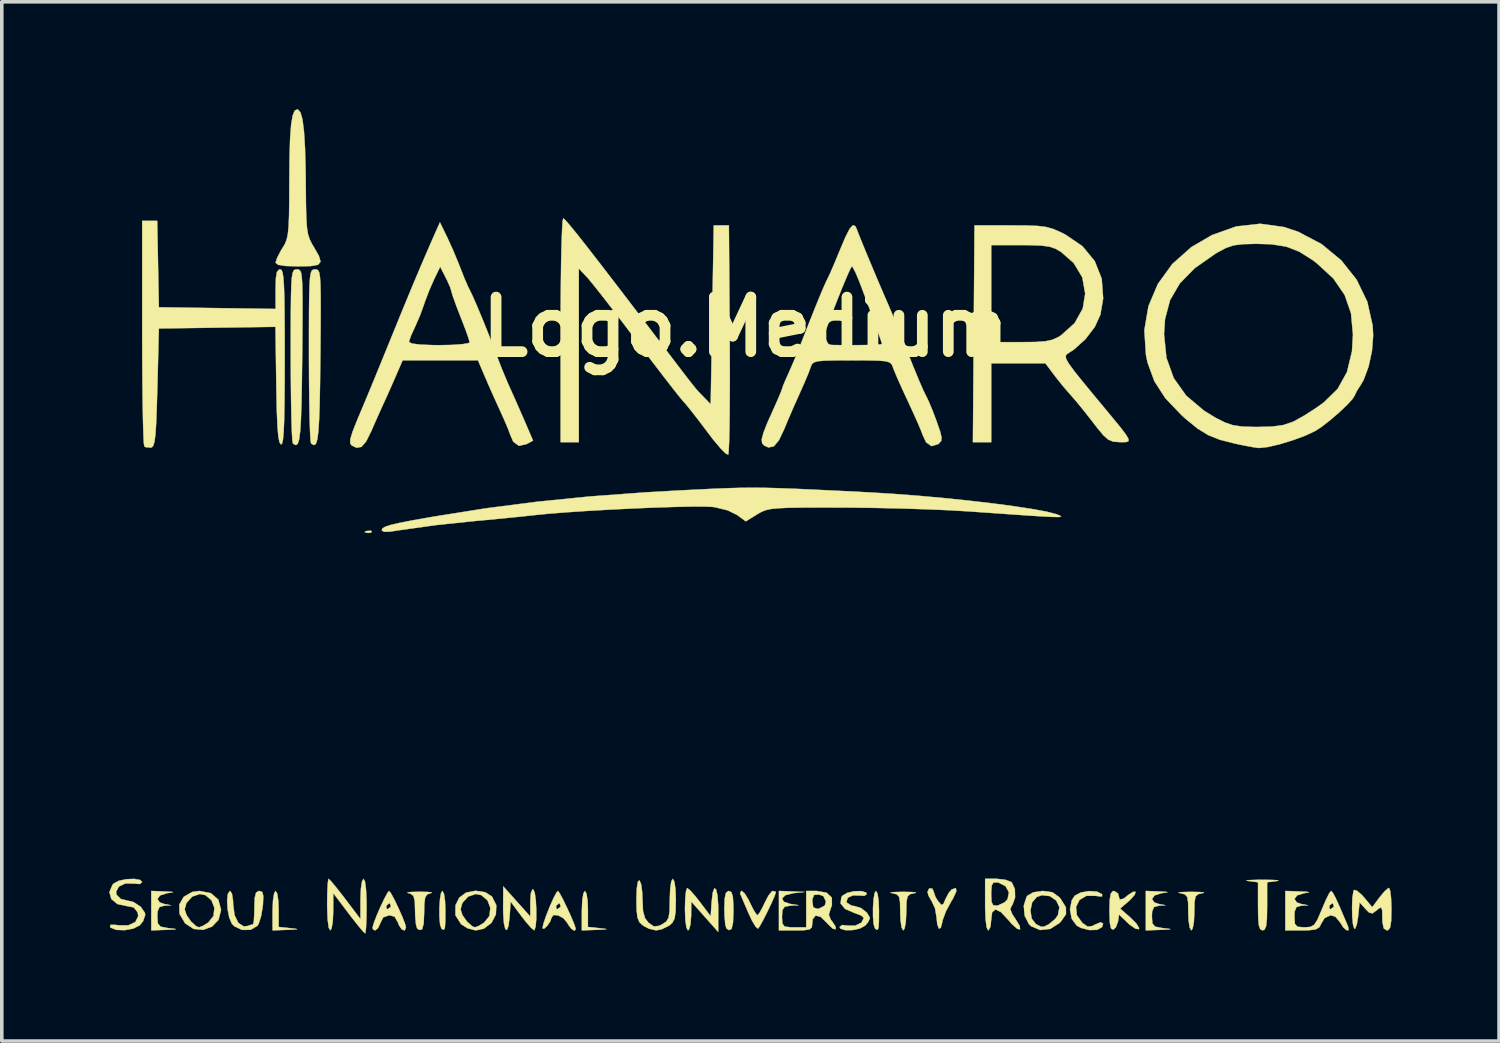
<source format=kicad_pcb>
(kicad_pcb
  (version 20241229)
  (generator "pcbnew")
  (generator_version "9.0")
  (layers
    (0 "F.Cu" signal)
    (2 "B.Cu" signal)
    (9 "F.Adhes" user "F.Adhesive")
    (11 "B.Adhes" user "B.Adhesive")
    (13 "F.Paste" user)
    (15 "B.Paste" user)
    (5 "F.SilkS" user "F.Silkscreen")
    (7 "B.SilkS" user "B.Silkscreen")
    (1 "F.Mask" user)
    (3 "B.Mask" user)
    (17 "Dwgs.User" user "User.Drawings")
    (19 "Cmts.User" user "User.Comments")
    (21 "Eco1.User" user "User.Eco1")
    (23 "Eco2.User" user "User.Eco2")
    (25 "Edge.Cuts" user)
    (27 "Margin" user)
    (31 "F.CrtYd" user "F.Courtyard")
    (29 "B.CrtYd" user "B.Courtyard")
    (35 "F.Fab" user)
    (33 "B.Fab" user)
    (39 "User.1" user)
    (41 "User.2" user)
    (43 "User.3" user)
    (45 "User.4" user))
  (footprint "Logo.Medium"
    (layer "F.Cu")
    (at 17.769 6.08)
    (property "Reference" "Logo.Medium" (at 0 0 0) (layer "F.SilkS") (effects (font (size 1.524 1.524) (thickness 0.3))))
    (attr through_hole)
    (fp_poly (pts (xy -10.437 5.706) (xy -10.462 5.745) (xy -10.548 5.751) (xy -10.638 5.73) (xy -10.599 5.699) (xy -10.467 5.689) (xy -10.437 5.706)) (stroke (width 0.01) (type solid)) (fill yes) (layer "F.SilkS"))
    (fp_poly (pts (xy -13.078 15.825) (xy -13.048 16.026) (xy -13.039 16.251) (xy -13.039 16.754) (xy -12.721 16.787) (xy -12.549 16.807) (xy -12.524 16.819) (xy -12.655 16.829) (xy -12.806 16.834) (xy -13.208 16.849) (xy -13.208 16.298) (xy -13.196 16.011) (xy -13.164 15.814) (xy -13.123 15.748) (xy -13.078 15.825)) (stroke (width 0.01) (type solid)) (fill yes) (layer "F.SilkS"))
    (fp_poly (pts (xy -8.422 15.826) (xy -8.392 16.032) (xy -8.382 16.298) (xy -8.385 16.609) (xy -8.397 16.779) (xy -8.426 16.836) (xy -8.477 16.809) (xy -8.495 16.792) (xy -8.532 16.678) (xy -8.549 16.467) (xy -8.549 16.213) (xy -8.533 15.972) (xy -8.502 15.8) (xy -8.467 15.748) (xy -8.422 15.826)) (stroke (width 0.01) (type solid)) (fill yes) (layer "F.SilkS"))
    (fp_poly (pts (xy -4.442 15.825) (xy -4.412 16.026) (xy -4.403 16.251) (xy -4.403 16.754) (xy -4.085 16.787) (xy -3.913 16.807) (xy -3.888 16.819) (xy -4.019 16.829) (xy -4.17 16.834) (xy -4.572 16.849) (xy -4.572 16.298) (xy -4.56 16.011) (xy -4.528 15.814) (xy -4.487 15.748) (xy -4.442 15.825)) (stroke (width 0.01) (type solid)) (fill yes) (layer "F.SilkS"))
    (fp_poly (pts (xy 3.685 15.826) (xy 3.715 16.032) (xy 3.725 16.298) (xy 3.723 16.609) (xy 3.71 16.779) (xy 3.682 16.836) (xy 3.63 16.809) (xy 3.612 16.792) (xy 3.576 16.678) (xy 3.558 16.467) (xy 3.558 16.213) (xy 3.575 15.972) (xy 3.605 15.8) (xy 3.641 15.748) (xy 3.685 15.826)) (stroke (width 0.01) (type solid)) (fill yes) (layer "F.SilkS"))
    (fp_poly (pts (xy -0.394 15.785) (xy -0.355 15.916) (xy -0.34 16.173) (xy -0.339 16.298) (xy -0.351 16.632) (xy -0.392 16.809) (xy -0.466 16.843) (xy -0.536 16.792) (xy -0.567 16.683) (xy -0.587 16.459) (xy -0.593 16.242) (xy -0.582 15.952) (xy -0.546 15.798) (xy -0.476 15.748) (xy -0.466 15.748) (xy -0.394 15.785)) (stroke (width 0.01) (type solid)) (fill yes) (layer "F.SilkS"))
    (fp_poly (pts (xy 14.709 15.44) (xy 14.864 15.45) (xy 14.879 15.464) (xy 14.838 15.471) (xy 14.563 15.505) (xy 14.563 16.177) (xy 14.557 16.523) (xy 14.535 16.73) (xy 14.491 16.828) (xy 14.436 16.849) (xy 14.37 16.817) (xy 14.331 16.7) (xy 14.313 16.47) (xy 14.309 16.177) (xy 14.309 15.505) (xy 14.034 15.471) (xy 13.982 15.455) (xy 14.08 15.444) (xy 14.304 15.437) (xy 14.436 15.436) (xy 14.709 15.44)) (stroke (width 0.01) (type solid)) (fill yes) (layer "F.SilkS"))
    (fp_poly (pts (xy -8.87 15.776) (xy -8.757 15.79) (xy -8.784 15.808) (xy -8.891 15.845) (xy -8.948 15.934) (xy -8.971 16.115) (xy -8.975 16.347) (xy -8.989 16.663) (xy -9.035 16.823) (xy -9.117 16.836) (xy -9.172 16.792) (xy -9.204 16.682) (xy -9.225 16.46) (xy -9.229 16.29) (xy -9.237 16.026) (xy -9.274 15.886) (xy -9.358 15.823) (xy -9.419 15.808) (xy -9.445 15.789) (xy -9.327 15.776) (xy -9.102 15.771) (xy -8.87 15.776)) (stroke (width 0.01) (type solid)) (fill yes) (layer "F.SilkS"))
    (fp_poly (pts (xy -16.235 15.762) (xy -16.031 15.772) (xy -15.988 15.784) (xy -16.097 15.803) (xy -16.15 15.809) (xy -16.349 15.872) (xy -16.423 15.972) (xy -16.359 16.068) (xy -16.235 16.112) (xy -16.044 16.148) (xy -16.235 16.16) (xy -16.366 16.197) (xy -16.419 16.321) (xy -16.425 16.463) (xy -16.411 16.655) (xy -16.336 16.745) (xy -16.149 16.782) (xy -16.108 16.787) (xy -15.935 16.807) (xy -15.91 16.819) (xy -16.042 16.829) (xy -16.192 16.834) (xy -16.595 16.849) (xy -16.595 15.748) (xy -16.235 15.762)) (stroke (width 0.01) (type solid)) (fill yes) (layer "F.SilkS"))
    (fp_poly (pts (xy -6.011 16.463) (xy -6.011 16.058) (xy -5.996 15.814) (xy -5.953 15.705) (xy -5.927 15.706) (xy -5.886 15.805) (xy -5.858 16.01) (xy -5.844 16.269) (xy -5.845 16.529) (xy -5.862 16.737) (xy -5.895 16.842) (xy -5.905 16.845) (xy -5.986 16.781) (xy -6.13 16.617) (xy -6.265 16.443) (xy -6.562 16.044) (xy -6.587 16.447) (xy -6.62 16.72) (xy -6.664 16.838) (xy -6.71 16.81) (xy -6.748 16.649) (xy -6.768 16.366) (xy -6.77 16.235) (xy -6.766 15.621) (xy -6.011 16.463)) (stroke (width 0.01) (type solid)) (fill yes) (layer "F.SilkS"))
    (fp_poly (pts (xy 4.642 15.778) (xy 4.759 15.79) (xy 4.732 15.807) (xy 4.72 15.809) (xy 4.59 15.839) (xy 4.521 15.907) (xy 4.493 16.056) (xy 4.487 16.329) (xy 4.487 16.346) (xy 4.474 16.615) (xy 4.441 16.796) (xy 4.403 16.849) (xy 4.357 16.772) (xy 4.327 16.571) (xy 4.318 16.346) (xy 4.313 16.066) (xy 4.287 15.912) (xy 4.219 15.841) (xy 4.093 15.81) (xy 4.085 15.809) (xy 4.042 15.791) (xy 4.146 15.779) (xy 4.374 15.773) (xy 4.403 15.773) (xy 4.642 15.778)) (stroke (width 0.01) (type solid)) (fill yes) (layer "F.SilkS"))
    (fp_poly (pts (xy 11.536 15.762) (xy 11.739 15.772) (xy 11.782 15.784) (xy 11.673 15.803) (xy 11.62 15.809) (xy 11.421 15.872) (xy 11.348 15.972) (xy 11.412 16.068) (xy 11.536 16.112) (xy 11.726 16.148) (xy 11.536 16.16) (xy 11.404 16.197) (xy 11.352 16.321) (xy 11.345 16.463) (xy 11.359 16.655) (xy 11.435 16.745) (xy 11.621 16.782) (xy 11.663 16.787) (xy 11.835 16.807) (xy 11.86 16.819) (xy 11.729 16.829) (xy 11.578 16.834) (xy 11.176 16.849) (xy 11.176 15.748) (xy 11.536 15.762)) (stroke (width 0.01) (type solid)) (fill yes) (layer "F.SilkS"))
    (fp_poly (pts (xy 12.685 15.778) (xy 12.802 15.79) (xy 12.775 15.807) (xy 12.764 15.809) (xy 12.634 15.839) (xy 12.564 15.907) (xy 12.536 16.056) (xy 12.531 16.329) (xy 12.531 16.346) (xy 12.518 16.615) (xy 12.484 16.796) (xy 12.446 16.849) (xy 12.401 16.772) (xy 12.37 16.571) (xy 12.361 16.346) (xy 12.357 16.066) (xy 12.33 15.912) (xy 12.263 15.841) (xy 12.136 15.81) (xy 12.129 15.809) (xy 12.085 15.791) (xy 12.189 15.779) (xy 12.418 15.773) (xy 12.446 15.773) (xy 12.685 15.778)) (stroke (width 0.01) (type solid)) (fill yes) (layer "F.SilkS"))
    (fp_poly (pts (xy 5.885 15.754) (xy 5.798 15.948) (xy 5.728 16.066) (xy 5.591 16.323) (xy 5.502 16.566) (xy 5.489 16.633) (xy 5.45 16.778) (xy 5.397 16.8) (xy 5.352 16.677) (xy 5.331 16.475) (xy 5.289 16.23) (xy 5.204 16.049) (xy 5.106 15.877) (xy 5.08 15.774) (xy 5.129 15.675) (xy 5.217 15.684) (xy 5.252 15.769) (xy 5.302 15.916) (xy 5.376 16.036) (xy 5.469 16.14) (xy 5.526 16.108) (xy 5.58 15.98) (xy 5.675 15.798) (xy 5.758 15.705) (xy 5.872 15.669) (xy 5.885 15.754)) (stroke (width 0.01) (type solid)) (fill yes) (layer "F.SilkS"))
    (fp_poly (pts (xy -1.549 15.73) (xy -1.404 15.893) (xy -1.27 16.063) (xy -0.974 16.457) (xy -0.948 16.06) (xy -0.916 15.789) (xy -0.871 15.673) (xy -0.825 15.703) (xy -0.786 15.866) (xy -0.765 16.15) (xy -0.764 16.277) (xy -0.765 16.891) (xy -1.141 16.468) (xy -1.517 16.044) (xy -1.521 16.447) (xy -1.539 16.681) (xy -1.58 16.826) (xy -1.609 16.849) (xy -1.652 16.77) (xy -1.682 16.56) (xy -1.693 16.257) (xy -1.693 16.256) (xy -1.685 15.964) (xy -1.663 15.754) (xy -1.632 15.666) (xy -1.63 15.666) (xy -1.549 15.73)) (stroke (width 0.01) (type solid)) (fill yes) (layer "F.SilkS"))
    (fp_poly (pts (xy 9.813 15.767) (xy 9.952 15.839) (xy 9.956 15.845) (xy 9.951 15.905) (xy 9.807 15.89) (xy 9.79 15.885) (xy 9.519 15.883) (xy 9.324 15.999) (xy 9.227 16.193) (xy 9.249 16.423) (xy 9.403 16.641) (xy 9.554 16.745) (xy 9.688 16.726) (xy 9.75 16.691) (xy 9.911 16.623) (xy 9.984 16.658) (xy 9.952 16.758) (xy 9.818 16.834) (xy 9.599 16.84) (xy 9.363 16.779) (xy 9.248 16.717) (xy 9.106 16.526) (xy 9.058 16.265) (xy 9.108 16.008) (xy 9.192 15.881) (xy 9.361 15.791) (xy 9.592 15.752) (xy 9.813 15.767)) (stroke (width 0.01) (type solid)) (fill yes) (layer "F.SilkS"))
    (fp_poly (pts (xy 0.844 15.773) (xy 0.847 15.78) (xy 0.811 15.887) (xy 0.723 16.089) (xy 0.606 16.333) (xy 0.487 16.568) (xy 0.391 16.741) (xy 0.347 16.801) (xy 0.283 16.751) (xy 0.182 16.582) (xy 0.078 16.361) (xy -0.035 16.097) (xy -0.12 15.896) (xy -0.155 15.814) (xy -0.122 15.75) (xy -0.105 15.748) (xy -0.025 15.818) (xy 0.083 15.995) (xy 0.127 16.087) (xy 0.23 16.292) (xy 0.311 16.412) (xy 0.332 16.425) (xy 0.393 16.355) (xy 0.488 16.178) (xy 0.53 16.087) (xy 0.637 15.88) (xy 0.734 15.76) (xy 0.762 15.748) (xy 0.844 15.773)) (stroke (width 0.01) (type solid)) (fill yes) (layer "F.SilkS"))
    (fp_poly (pts (xy 10.399 15.816) (xy 10.414 15.875) (xy 10.447 15.988) (xy 10.556 15.963) (xy 10.683 15.861) (xy 10.818 15.773) (xy 10.89 15.772) (xy 10.866 15.854) (xy 10.744 15.992) (xy 10.7 16.032) (xy 10.458 16.24) (xy 10.752 16.497) (xy 10.913 16.66) (xy 10.988 16.783) (xy 10.983 16.816) (xy 10.889 16.803) (xy 10.732 16.695) (xy 10.674 16.643) (xy 10.428 16.407) (xy 10.4 16.6) (xy 10.337 16.766) (xy 10.266 16.828) (xy 10.205 16.797) (xy 10.172 16.642) (xy 10.16 16.341) (xy 10.16 16.305) (xy 10.168 15.994) (xy 10.198 15.821) (xy 10.256 15.753) (xy 10.287 15.748) (xy 10.399 15.816)) (stroke (width 0.01) (type solid)) (fill yes) (layer "F.SilkS"))
    (fp_poly (pts (xy -14.93 15.811) (xy -14.724 15.989) (xy -14.648 16.268) (xy -14.647 16.284) (xy -14.718 16.555) (xy -14.899 16.744) (xy -15.145 16.834) (xy -15.412 16.808) (xy -15.649 16.653) (xy -15.805 16.39) (xy -15.809 16.262) (xy -15.663 16.262) (xy -15.609 16.425) (xy -15.483 16.605) (xy -15.337 16.736) (xy -15.259 16.764) (xy -15.147 16.72) (xy -15.005 16.632) (xy -14.857 16.445) (xy -14.832 16.219) (xy -14.913 16.008) (xy -15.084 15.864) (xy -15.24 15.833) (xy -15.453 15.906) (xy -15.614 16.085) (xy -15.663 16.262) (xy -15.809 16.262) (xy -15.813 16.13) (xy -15.689 15.913) (xy -15.452 15.776) (xy -15.248 15.748) (xy -14.93 15.811)) (stroke (width 0.01) (type solid)) (fill yes) (layer "F.SilkS"))
    (fp_poly (pts (xy -7.27 15.784) (xy -7.083 15.903) (xy -6.961 16.145) (xy -6.973 16.406) (xy -7.098 16.641) (xy -7.312 16.802) (xy -7.535 16.849) (xy -7.762 16.791) (xy -7.943 16.676) (xy -8.102 16.428) (xy -8.101 16.262) (xy -7.959 16.262) (xy -7.905 16.425) (xy -7.778 16.605) (xy -7.632 16.736) (xy -7.554 16.764) (xy -7.442 16.72) (xy -7.3 16.632) (xy -7.152 16.445) (xy -7.127 16.219) (xy -7.208 16.008) (xy -7.38 15.864) (xy -7.535 15.833) (xy -7.749 15.906) (xy -7.91 16.085) (xy -7.959 16.262) (xy -8.101 16.262) (xy -8.1 16.148) (xy -7.996 15.936) (xy -7.805 15.794) (xy -7.54 15.743) (xy -7.27 15.784)) (stroke (width 0.01) (type solid)) (fill yes) (layer "F.SilkS"))
    (fp_poly (pts (xy -13.498 15.776) (xy -13.467 15.887) (xy -13.476 16.119) (xy -13.481 16.169) (xy -13.526 16.442) (xy -13.593 16.656) (xy -13.629 16.719) (xy -13.82 16.833) (xy -14.061 16.836) (xy -14.279 16.733) (xy -14.346 16.66) (xy -14.419 16.489) (xy -14.463 16.257) (xy -14.477 16.019) (xy -14.456 15.831) (xy -14.399 15.748) (xy -14.393 15.748) (xy -14.343 15.824) (xy -14.312 16.015) (xy -14.309 16.123) (xy -14.269 16.426) (xy -14.163 16.642) (xy -14.012 16.738) (xy -13.91 16.727) (xy -13.78 16.684) (xy -13.751 16.679) (xy -13.732 16.603) (xy -13.719 16.405) (xy -13.716 16.214) (xy -13.706 15.938) (xy -13.669 15.795) (xy -13.595 15.749) (xy -13.578 15.748) (xy -13.498 15.776)) (stroke (width 0.01) (type solid)) (fill yes) (layer "F.SilkS"))
    (fp_poly (pts (xy -10.627 15.489) (xy -10.598 15.711) (xy -10.584 16.045) (xy -10.583 16.171) (xy -10.587 16.507) (xy -10.598 16.767) (xy -10.614 16.914) (xy -10.623 16.933) (xy -10.688 16.871) (xy -10.829 16.703) (xy -11.017 16.464) (xy -11.088 16.37) (xy -11.515 15.807) (xy -11.515 16.328) (xy -11.527 16.604) (xy -11.56 16.791) (xy -11.599 16.849) (xy -11.641 16.769) (xy -11.67 16.55) (xy -11.683 16.222) (xy -11.684 16.129) (xy -11.68 15.804) (xy -11.668 15.555) (xy -11.652 15.422) (xy -11.645 15.409) (xy -11.579 15.472) (xy -11.439 15.639) (xy -11.25 15.879) (xy -11.179 15.972) (xy -10.753 16.535) (xy -10.753 15.972) (xy -10.741 15.68) (xy -10.71 15.479) (xy -10.668 15.409) (xy -10.627 15.489)) (stroke (width 0.01) (type solid)) (fill yes) (layer "F.SilkS"))
    (fp_poly (pts (xy -9.9 15.818) (xy -9.804 15.995) (xy -9.692 16.229) (xy -9.585 16.47) (xy -9.508 16.668) (xy -9.483 16.767) (xy -9.52 16.852) (xy -9.601 16.821) (xy -9.682 16.699) (xy -9.702 16.637) (xy -9.801 16.465) (xy -9.948 16.425) (xy -10.12 16.487) (xy -10.195 16.637) (xy -10.264 16.786) (xy -10.35 16.853) (xy -10.408 16.813) (xy -10.414 16.766) (xy -10.382 16.646) (xy -10.302 16.438) (xy -10.197 16.195) (xy -10.185 16.171) (xy -10.033 16.171) (xy -10.026 16.249) (xy -9.996 16.256) (xy -9.909 16.195) (xy -9.906 16.171) (xy -9.935 16.089) (xy -9.943 16.087) (xy -10.016 16.146) (xy -10.033 16.171) (xy -10.185 16.171) (xy -10.088 15.965) (xy -9.999 15.8) (xy -9.955 15.748) (xy -9.9 15.818)) (stroke (width 0.01) (type solid)) (fill yes) (layer "F.SilkS"))
    (fp_poly (pts (xy -1.988 15.488) (xy -1.958 15.697) (xy -1.947 15.997) (xy -1.954 16.319) (xy -1.983 16.517) (xy -2.046 16.639) (xy -2.136 16.717) (xy -2.343 16.818) (xy -2.498 16.849) (xy -2.7 16.801) (xy -2.86 16.717) (xy -2.961 16.625) (xy -3.018 16.495) (xy -3.043 16.283) (xy -3.048 15.992) (xy -3.037 15.668) (xy -3.006 15.485) (xy -2.963 15.452) (xy -2.917 15.559) (xy -2.887 15.781) (xy -2.879 15.994) (xy -2.864 16.308) (xy -2.809 16.508) (xy -2.709 16.638) (xy -2.561 16.739) (xy -2.418 16.723) (xy -2.328 16.679) (xy -2.215 16.604) (xy -2.152 16.499) (xy -2.123 16.32) (xy -2.117 16.021) (xy -2.117 15.988) (xy -2.105 15.689) (xy -2.075 15.484) (xy -2.032 15.409) (xy -1.988 15.488)) (stroke (width 0.01) (type solid)) (fill yes) (layer "F.SilkS"))
    (fp_poly (pts (xy 8.568 15.785) (xy 8.757 15.921) (xy 8.799 15.971) (xy 8.944 16.205) (xy 8.947 16.397) (xy 8.806 16.6) (xy 8.767 16.641) (xy 8.506 16.808) (xy 8.225 16.839) (xy 7.974 16.733) (xy 7.915 16.678) (xy 7.793 16.442) (xy 7.78 16.293) (xy 7.954 16.293) (xy 7.988 16.519) (xy 8.107 16.673) (xy 8.245 16.746) (xy 8.341 16.743) (xy 8.47 16.677) (xy 8.645 16.53) (xy 8.722 16.423) (xy 8.763 16.205) (xy 8.675 16.016) (xy 8.498 15.892) (xy 8.274 15.867) (xy 8.131 15.916) (xy 8.002 16.067) (xy 7.954 16.293) (xy 7.78 16.293) (xy 7.768 16.16) (xy 7.845 15.914) (xy 7.87 15.88) (xy 8.034 15.787) (xy 8.289 15.748) (xy 8.302 15.748) (xy 8.568 15.785)) (stroke (width 0.01) (type solid)) (fill yes) (layer "F.SilkS"))
    (fp_poly (pts (xy -12.48 -1.604) (xy -12.441 -1.578) (xy -12.412 -1.513) (xy -12.392 -1.389) (xy -12.379 -1.19) (xy -12.373 -0.896) (xy -12.372 -0.49) (xy -12.374 0.048) (xy -12.38 0.734) (xy -12.381 0.818) (xy -12.39 1.562) (xy -12.401 2.152) (xy -12.417 2.601) (xy -12.438 2.926) (xy -12.467 3.141) (xy -12.505 3.26) (xy -12.554 3.299) (xy -12.615 3.271) (xy -12.642 3.247) (xy -12.657 3.151) (xy -12.67 2.907) (xy -12.682 2.538) (xy -12.691 2.065) (xy -12.697 1.511) (xy -12.7 0.898) (xy -12.7 0.79) (xy -12.7 0.091) (xy -12.698 -0.457) (xy -12.693 -0.873) (xy -12.684 -1.174) (xy -12.67 -1.379) (xy -12.648 -1.507) (xy -12.619 -1.576) (xy -12.58 -1.603) (xy -12.531 -1.609) (xy -12.529 -1.609) (xy -12.48 -1.604)) (stroke (width 0.01) (type solid)) (fill yes) (layer "F.SilkS"))
    (fp_poly (pts (xy -11.972 -1.604) (xy -11.933 -1.578) (xy -11.904 -1.513) (xy -11.884 -1.389) (xy -11.871 -1.19) (xy -11.865 -0.896) (xy -11.864 -0.49) (xy -11.866 0.048) (xy -11.872 0.734) (xy -11.873 0.818) (xy -11.882 1.562) (xy -11.893 2.152) (xy -11.909 2.601) (xy -11.93 2.926) (xy -11.959 3.141) (xy -11.997 3.26) (xy -12.046 3.299) (xy -12.107 3.271) (xy -12.134 3.247) (xy -12.149 3.151) (xy -12.162 2.907) (xy -12.174 2.538) (xy -12.183 2.065) (xy -12.189 1.511) (xy -12.192 0.898) (xy -12.192 0.79) (xy -12.192 0.091) (xy -12.19 -0.457) (xy -12.185 -0.873) (xy -12.176 -1.174) (xy -12.162 -1.379) (xy -12.14 -1.507) (xy -12.111 -1.576) (xy -12.072 -1.603) (xy -12.023 -1.609) (xy -12.021 -1.609) (xy -11.972 -1.604)) (stroke (width 0.01) (type solid)) (fill yes) (layer "F.SilkS"))
    (fp_poly (pts (xy 3.363 15.791) (xy 3.387 15.834) (xy 3.318 15.884) (xy 3.196 15.876) (xy 2.999 15.871) (xy 2.855 15.936) (xy 2.816 16.044) (xy 2.83 16.077) (xy 2.956 16.157) (xy 3.047 16.171) (xy 3.222 16.226) (xy 3.387 16.354) (xy 3.47 16.495) (xy 3.471 16.51) (xy 3.418 16.622) (xy 3.338 16.716) (xy 3.19 16.797) (xy 2.985 16.841) (xy 2.784 16.843) (xy 2.649 16.8) (xy 2.625 16.755) (xy 2.695 16.699) (xy 2.844 16.716) (xy 3.06 16.718) (xy 3.233 16.635) (xy 3.302 16.502) (xy 3.229 16.434) (xy 3.052 16.366) (xy 3.034 16.361) (xy 2.777 16.249) (xy 2.652 16.095) (xy 2.674 15.923) (xy 2.703 15.882) (xy 2.836 15.802) (xy 3.032 15.757) (xy 3.229 15.752) (xy 3.363 15.791)) (stroke (width 0.01) (type solid)) (fill yes) (layer "F.SilkS"))
    (fp_poly (pts (xy -5.188 15.818) (xy -5.093 15.995) (xy -4.979 16.232) (xy -4.867 16.478) (xy -4.78 16.686) (xy -4.742 16.807) (xy -4.741 16.812) (xy -4.781 16.86) (xy -4.871 16.8) (xy -4.967 16.664) (xy -4.98 16.637) (xy -5.086 16.509) (xy -5.234 16.43) (xy -5.364 16.419) (xy -5.419 16.494) (xy -5.456 16.601) (xy -5.539 16.721) (xy -5.625 16.802) (xy -5.669 16.793) (xy -5.67 16.787) (xy -5.642 16.653) (xy -5.568 16.436) (xy -5.469 16.187) (xy -5.462 16.171) (xy -5.292 16.171) (xy -5.285 16.249) (xy -5.254 16.256) (xy -5.168 16.195) (xy -5.165 16.171) (xy -5.194 16.089) (xy -5.202 16.087) (xy -5.274 16.146) (xy -5.292 16.171) (xy -5.462 16.171) (xy -5.366 15.955) (xy -5.281 15.794) (xy -5.239 15.748) (xy -5.188 15.818)) (stroke (width 0.01) (type solid)) (fill yes) (layer "F.SilkS"))
    (fp_poly (pts (xy 17.999 15.741) (xy 18.024 15.945) (xy 18.034 16.232) (xy 18.034 16.256) (xy 18.027 16.578) (xy 18 16.762) (xy 17.947 16.84) (xy 17.907 16.849) (xy 17.82 16.795) (xy 17.783 16.615) (xy 17.78 16.497) (xy 17.775 16.281) (xy 17.745 16.206) (xy 17.671 16.245) (xy 17.624 16.286) (xy 17.503 16.375) (xy 17.406 16.348) (xy 17.307 16.247) (xy 17.145 16.067) (xy 17.103 16.466) (xy 17.067 16.684) (xy 17.022 16.798) (xy 16.997 16.8) (xy 16.961 16.683) (xy 16.94 16.458) (xy 16.935 16.189) (xy 16.945 15.935) (xy 16.972 15.759) (xy 16.99 15.719) (xy 17.073 15.742) (xy 17.214 15.866) (xy 17.273 15.932) (xy 17.498 16.202) (xy 17.697 15.933) (xy 17.84 15.761) (xy 17.948 15.669) (xy 17.965 15.663) (xy 17.999 15.741)) (stroke (width 0.01) (type solid)) (fill yes) (layer "F.SilkS"))
    (fp_poly (pts (xy -16.905 15.441) (xy -16.849 15.501) (xy -16.92 15.555) (xy -17.083 15.541) (xy -17.32 15.539) (xy -17.5 15.625) (xy -17.577 15.77) (xy -17.564 15.856) (xy -17.443 15.974) (xy -17.324 16.002) (xy -17.093 16.057) (xy -16.889 16.191) (xy -16.773 16.36) (xy -16.764 16.417) (xy -16.823 16.59) (xy -16.919 16.709) (xy -17.098 16.799) (xy -17.337 16.843) (xy -17.57 16.835) (xy -17.727 16.773) (xy -17.745 16.752) (xy -17.735 16.694) (xy -17.584 16.696) (xy -17.517 16.707) (xy -17.237 16.709) (xy -17.041 16.617) (xy -16.96 16.453) (xy -16.974 16.347) (xy -17.085 16.207) (xy -17.272 16.171) (xy -17.538 16.115) (xy -17.71 15.973) (xy -17.764 15.78) (xy -17.678 15.577) (xy -17.647 15.542) (xy -17.502 15.465) (xy -17.29 15.42) (xy -17.071 15.411) (xy -16.905 15.441)) (stroke (width 0.01) (type solid)) (fill yes) (layer "F.SilkS"))
    (fp_poly (pts (xy -12.499 -6.072) (xy -12.428 -5.99) (xy -12.372 -5.79) (xy -12.331 -5.461) (xy -12.302 -4.991) (xy -12.285 -4.37) (xy -12.28 -3.937) (xy -12.276 -3.425) (xy -12.266 -3.051) (xy -12.249 -2.784) (xy -12.219 -2.593) (xy -12.172 -2.447) (xy -12.106 -2.315) (xy -12.063 -2.244) (xy -11.915 -1.986) (xy -11.867 -1.824) (xy -11.937 -1.737) (xy -12.143 -1.7) (xy -12.488 -1.693) (xy -12.845 -1.703) (xy -13.051 -1.735) (xy -13.123 -1.792) (xy -13.123 -1.799) (xy -13.08 -1.933) (xy -12.973 -2.136) (xy -12.933 -2.201) (xy -12.865 -2.315) (xy -12.816 -2.436) (xy -12.782 -2.589) (xy -12.76 -2.803) (xy -12.748 -3.105) (xy -12.742 -3.523) (xy -12.74 -4.064) (xy -12.734 -4.745) (xy -12.718 -5.27) (xy -12.689 -5.653) (xy -12.646 -5.905) (xy -12.589 -6.042) (xy -12.514 -6.075) (xy -12.499 -6.072)) (stroke (width 0.01) (type solid)) (fill yes) (layer "F.SilkS"))
    (fp_poly (pts (xy 7.247 15.435) (xy 7.417 15.497) (xy 7.434 15.511) (xy 7.519 15.694) (xy 7.525 15.932) (xy 7.454 16.131) (xy 7.434 16.154) (xy 7.39 16.257) (xy 7.452 16.408) (xy 7.526 16.516) (xy 7.654 16.723) (xy 7.666 16.822) (xy 7.585 16.805) (xy 7.43 16.667) (xy 7.35 16.573) (xy 7.132 16.34) (xy 6.977 16.263) (xy 6.885 16.343) (xy 6.858 16.552) (xy 6.837 16.748) (xy 6.784 16.846) (xy 6.773 16.849) (xy 6.732 16.769) (xy 6.703 16.55) (xy 6.689 16.222) (xy 6.689 16.129) (xy 6.689 15.833) (xy 6.858 15.833) (xy 6.868 16.054) (xy 6.915 16.149) (xy 7.022 16.158) (xy 7.04 16.156) (xy 7.231 16.068) (xy 7.315 15.981) (xy 7.354 15.787) (xy 7.258 15.613) (xy 7.057 15.512) (xy 7.04 15.509) (xy 6.924 15.512) (xy 6.872 15.594) (xy 6.858 15.799) (xy 6.858 15.833) (xy 6.689 15.833) (xy 6.689 15.409) (xy 7.01 15.409) (xy 7.247 15.435)) (stroke (width 0.01) (type solid)) (fill yes) (layer "F.SilkS"))
    (fp_poly (pts (xy -16.406 -1.757) (xy -16.383 -0.55) (xy -14.753 -0.527) (xy -13.123 -0.504) (xy -13.123 -1.057) (xy -13.115 -1.366) (xy -13.085 -1.538) (xy -13.026 -1.604) (xy -12.996 -1.609) (xy -12.959 -1.59) (xy -12.93 -1.524) (xy -12.908 -1.391) (xy -12.892 -1.176) (xy -12.88 -0.86) (xy -12.874 -0.427) (xy -12.87 0.14) (xy -12.869 0.854) (xy -12.871 1.592) (xy -12.876 2.175) (xy -12.885 2.618) (xy -12.898 2.936) (xy -12.917 3.142) (xy -12.942 3.253) (xy -12.973 3.282) (xy -12.975 3.281) (xy -13.015 3.22) (xy -13.047 3.057) (xy -13.071 2.776) (xy -13.089 2.361) (xy -13.101 1.797) (xy -13.104 1.621) (xy -13.127 -0.004) (xy -14.755 0.019) (xy -16.383 0.042) (xy -16.425 1.692) (xy -16.442 2.27) (xy -16.459 2.7) (xy -16.479 3.003) (xy -16.505 3.2) (xy -16.538 3.312) (xy -16.58 3.361) (xy -16.599 3.367) (xy -16.749 3.357) (xy -16.789 3.333) (xy -16.803 3.238) (xy -16.815 2.992) (xy -16.826 2.616) (xy -16.835 2.127) (xy -16.842 1.546) (xy -16.847 0.891) (xy -16.849 0.182) (xy -16.849 0.155) (xy -16.849 -2.963) (xy -16.43 -2.963) (xy -16.406 -1.757)) (stroke (width 0.01) (type solid)) (fill yes) (layer "F.SilkS"))
    (fp_poly (pts (xy 2.261 15.796) (xy 2.408 15.934) (xy 2.41 16.147) (xy 2.38 16.227) (xy 2.324 16.413) (xy 2.382 16.557) (xy 2.423 16.606) (xy 2.513 16.744) (xy 2.512 16.82) (xy 2.43 16.798) (xy 2.301 16.674) (xy 2.281 16.65) (xy 2.099 16.473) (xy 1.956 16.435) (xy 1.874 16.536) (xy 1.863 16.637) (xy 1.851 16.758) (xy 1.787 16.821) (xy 1.63 16.845) (xy 1.397 16.849) (xy 0.931 16.849) (xy 0.931 15.748) (xy 1.291 15.762) (xy 1.651 15.776) (xy 1.333 15.81) (xy 1.11 15.867) (xy 1.019 15.958) (xy 1.068 16.051) (xy 1.249 16.111) (xy 1.482 16.146) (xy 1.249 16.159) (xy 1.091 16.188) (xy 1.027 16.286) (xy 1.016 16.468) (xy 1.026 16.657) (xy 1.09 16.742) (xy 1.255 16.763) (xy 1.355 16.764) (xy 1.693 16.764) (xy 1.693 16.044) (xy 1.863 16.044) (xy 1.889 16.206) (xy 1.995 16.246) (xy 2.053 16.241) (xy 2.212 16.157) (xy 2.244 16.044) (xy 2.174 15.893) (xy 2.053 15.848) (xy 1.912 15.859) (xy 1.865 15.977) (xy 1.863 16.044) (xy 1.693 16.044) (xy 1.693 15.748) (xy 1.979 15.748) (xy 2.261 15.796)) (stroke (width 0.01) (type solid)) (fill yes) (layer "F.SilkS"))
    (fp_poly (pts (xy 16.396 15.795) (xy 16.478 15.947) (xy 16.602 16.221) (xy 16.777 16.633) (xy 16.823 16.743) (xy 16.838 16.844) (xy 16.778 16.842) (xy 16.685 16.758) (xy 16.61 16.637) (xy 16.472 16.469) (xy 16.34 16.425) (xy 16.17 16.503) (xy 16.087 16.637) (xy 16.022 16.76) (xy 15.917 16.823) (xy 15.721 16.846) (xy 15.538 16.849) (xy 15.071 16.849) (xy 15.071 15.748) (xy 15.473 15.762) (xy 15.684 15.772) (xy 15.733 15.786) (xy 15.628 15.806) (xy 15.6 15.809) (xy 15.401 15.872) (xy 15.327 15.972) (xy 15.391 16.068) (xy 15.515 16.112) (xy 15.706 16.148) (xy 15.515 16.16) (xy 15.385 16.196) (xy 15.332 16.318) (xy 15.325 16.468) (xy 15.338 16.666) (xy 15.411 16.748) (xy 15.594 16.764) (xy 15.608 16.764) (xy 15.766 16.753) (xy 15.874 16.696) (xy 15.966 16.556) (xy 16.077 16.298) (xy 16.094 16.256) (xy 16.13 16.171) (xy 16.298 16.171) (xy 16.305 16.249) (xy 16.336 16.256) (xy 16.422 16.195) (xy 16.425 16.171) (xy 16.396 16.089) (xy 16.388 16.087) (xy 16.316 16.146) (xy 16.298 16.171) (xy 16.13 16.171) (xy 16.205 15.996) (xy 16.297 15.812) (xy 16.349 15.748) (xy 16.396 15.795)) (stroke (width 0.01) (type solid)) (fill yes) (layer "F.SilkS"))
    (fp_poly (pts (xy -5.027 -2.977) (xy -4.895 -2.825) (xy -4.689 -2.572) (xy -4.405 -2.211) (xy -4.037 -1.737) (xy -3.581 -1.143) (xy -3.031 -0.424) (xy -2.646 0.083) (xy -2.261 0.59) (xy -1.965 0.98) (xy -1.743 1.271) (xy -1.581 1.481) (xy -1.466 1.628) (xy -1.383 1.729) (xy -1.318 1.803) (xy -1.257 1.867) (xy -1.186 1.94) (xy -1.185 1.941) (xy -0.974 2.159) (xy -0.931 -0.339) (xy -0.889 -2.836) (xy -0.466 -2.836) (xy -0.443 0.333) (xy -0.44 1.05) (xy -0.44 1.714) (xy -0.444 2.305) (xy -0.45 2.804) (xy -0.459 3.194) (xy -0.471 3.453) (xy -0.484 3.564) (xy -0.486 3.566) (xy -0.559 3.53) (xy -0.707 3.38) (xy -0.904 3.145) (xy -1.058 2.943) (xy -1.294 2.63) (xy -1.51 2.352) (xy -1.675 2.148) (xy -1.736 2.081) (xy -1.835 1.964) (xy -2.018 1.733) (xy -2.268 1.411) (xy -2.568 1.02) (xy -2.9 0.581) (xy -3.05 0.382) (xy -3.395 -0.076) (xy -3.72 -0.501) (xy -4.006 -0.87) (xy -4.236 -1.16) (xy -4.389 -1.347) (xy -4.426 -1.388) (xy -4.657 -1.633) (xy -4.657 3.217) (xy -5.165 3.217) (xy -5.165 0.078) (xy -5.163 -0.651) (xy -5.157 -1.313) (xy -5.149 -1.892) (xy -5.137 -2.371) (xy -5.123 -2.733) (xy -5.108 -2.959) (xy -5.091 -3.034) (xy -5.027 -2.977)) (stroke (width 0.01) (type solid)) (fill yes) (layer "F.SilkS"))
    (fp_poly (pts (xy 7.848 -2.834) (xy 8.161 -2.821) (xy 8.394 -2.791) (xy 8.588 -2.737) (xy 8.789 -2.65) (xy 8.926 -2.582) (xy 9.408 -2.254) (xy 9.75 -1.838) (xy 9.944 -1.348) (xy 9.985 -0.798) (xy 9.907 -0.342) (xy 9.751 -0.002) (xy 9.488 0.343) (xy 9.168 0.631) (xy 9.021 0.726) (xy 8.961 0.767) (xy 8.936 0.82) (xy 8.956 0.904) (xy 9.034 1.037) (xy 9.181 1.237) (xy 9.409 1.521) (xy 9.729 1.91) (xy 9.906 2.123) (xy 10.24 2.526) (xy 10.477 2.815) (xy 10.625 3.011) (xy 10.693 3.13) (xy 10.69 3.191) (xy 10.626 3.214) (xy 10.509 3.216) (xy 10.44 3.215) (xy 10.267 3.202) (xy 10.129 3.147) (xy 9.987 3.021) (xy 9.8 2.794) (xy 9.718 2.686) (xy 9.488 2.391) (xy 9.263 2.114) (xy 9.09 1.913) (xy 9.083 1.905) (xy 8.876 1.668) (xy 8.658 1.396) (xy 8.611 1.333) (xy 8.373 1.016) (xy 6.858 1.016) (xy 6.858 3.217) (xy 6.348 3.217) (xy 6.388 -2.286) (xy 6.858 -2.286) (xy 6.858 0.423) (xy 7.692 0.423) (xy 8.094 0.419) (xy 8.371 0.399) (xy 8.567 0.357) (xy 8.725 0.286) (xy 8.812 0.231) (xy 9.189 -0.109) (xy 9.415 -0.513) (xy 9.483 -0.931) (xy 9.402 -1.385) (xy 9.164 -1.784) (xy 8.812 -2.093) (xy 8.656 -2.185) (xy 8.486 -2.242) (xy 8.26 -2.273) (xy 7.932 -2.285) (xy 7.692 -2.286) (xy 6.858 -2.286) (xy 6.388 -2.286) (xy 6.392 -2.836) (xy 7.408 -2.836) (xy 7.848 -2.834)) (stroke (width 0.01) (type solid)) (fill yes) (layer "F.SilkS"))
    (fp_poly (pts (xy 0.572 4.492) (xy 0.973 4.503) (xy 1.442 4.521) (xy 2.005 4.547) (xy 2.69 4.58) (xy 3.387 4.615) (xy 4.07 4.656) (xy 4.788 4.71) (xy 5.514 4.775) (xy 6.225 4.848) (xy 6.895 4.926) (xy 7.501 5.006) (xy 8.017 5.085) (xy 8.419 5.16) (xy 8.682 5.229) (xy 8.721 5.244) (xy 8.781 5.27) (xy 8.81 5.29) (xy 8.791 5.303) (xy 8.71 5.307) (xy 8.55 5.303) (xy 8.296 5.29) (xy 7.933 5.268) (xy 7.443 5.234) (xy 6.813 5.19) (xy 6.223 5.149) (xy 5.698 5.118) (xy 5.053 5.091) (xy 4.338 5.068) (xy 3.604 5.052) (xy 2.9 5.043) (xy 2.709 5.042) (xy 2.063 5.041) (xy 1.562 5.043) (xy 1.186 5.049) (xy 0.91 5.062) (xy 0.712 5.082) (xy 0.569 5.113) (xy 0.459 5.155) (xy 0.358 5.21) (xy 0.321 5.233) (xy 0.006 5.428) (xy -0.235 5.25) (xy -0.498 5.121) (xy -0.847 5.035) (xy -0.938 5.023) (xy -1.17 5.014) (xy -1.54 5.015) (xy -2.02 5.026) (xy -2.577 5.044) (xy -3.183 5.07) (xy -3.806 5.101) (xy -4.418 5.136) (xy -4.987 5.174) (xy -5.484 5.213) (xy -5.85 5.249) (xy -6.247 5.292) (xy -6.738 5.341) (xy -7.247 5.39) (xy -7.535 5.416) (xy -8.621 5.529) (xy -9.678 5.676) (xy -9.927 5.715) (xy -10.095 5.72) (xy -10.16 5.68) (xy -10.141 5.628) (xy -10.068 5.58) (xy -9.92 5.53) (xy -9.675 5.473) (xy -9.312 5.402) (xy -8.809 5.313) (xy -8.657 5.287) (xy -7.24 5.062) (xy -5.822 4.88) (xy -4.357 4.733) (xy -2.797 4.618) (xy -1.863 4.565) (xy -1.322 4.538) (xy -0.871 4.516) (xy -0.482 4.501) (xy -0.129 4.491) (xy 0.213 4.488) (xy 0.572 4.492)) (stroke (width 0.01) (type solid)) (fill yes) (layer "F.SilkS"))
    (fp_poly (pts (xy 15.038 -2.79) (xy 15.425 -2.661) (xy 16.081 -2.316) (xy 16.632 -1.862) (xy 17.063 -1.319) (xy 17.36 -0.705) (xy 17.509 -0.04) (xy 17.524 0.238) (xy 17.49 0.673) (xy 17.395 1.11) (xy 17.256 1.482) (xy 17.174 1.622) (xy 17.066 1.79) (xy 17.018 1.891) (xy 17.018 1.894) (xy 16.957 1.999) (xy 16.796 2.175) (xy 16.573 2.387) (xy 16.322 2.603) (xy 16.08 2.791) (xy 15.917 2.898) (xy 15.64 3.03) (xy 15.286 3.161) (xy 14.913 3.275) (xy 14.576 3.353) (xy 14.334 3.379) (xy 14.323 3.378) (xy 14.169 3.356) (xy 13.91 3.308) (xy 13.654 3.254) (xy 13.241 3.148) (xy 12.914 3.018) (xy 12.614 2.832) (xy 12.28 2.559) (xy 12.167 2.456) (xy 11.721 1.989) (xy 11.416 1.517) (xy 11.226 1) (xy 11.18 0.786) (xy 11.142 0.203) (xy 11.684 0.203) (xy 11.751 0.861) (xy 11.955 1.428) (xy 12.303 1.918) (xy 12.803 2.339) (xy 13.123 2.535) (xy 13.383 2.666) (xy 13.611 2.744) (xy 13.87 2.781) (xy 14.224 2.792) (xy 14.291 2.792) (xy 14.706 2.781) (xy 15.011 2.739) (xy 15.262 2.656) (xy 15.349 2.615) (xy 15.619 2.462) (xy 15.936 2.257) (xy 16.143 2.11) (xy 16.532 1.729) (xy 16.793 1.258) (xy 16.932 0.682) (xy 16.96 0.212) (xy 16.905 -0.384) (xy 16.727 -0.896) (xy 16.413 -1.353) (xy 15.947 -1.782) (xy 15.833 -1.868) (xy 15.465 -2.101) (xy 15.1 -2.243) (xy 14.678 -2.31) (xy 14.253 -2.322) (xy 13.888 -2.312) (xy 13.631 -2.28) (xy 13.416 -2.209) (xy 13.184 -2.086) (xy 13.11 -2.041) (xy 12.539 -1.64) (xy 12.124 -1.216) (xy 11.853 -0.75) (xy 11.712 -0.221) (xy 11.684 0.203) (xy 11.142 0.203) (xy 11.135 0.088) (xy 11.249 -0.581) (xy 11.512 -1.201) (xy 11.914 -1.757) (xy 12.446 -2.229) (xy 13.022 -2.566) (xy 13.703 -2.808) (xy 14.372 -2.882) (xy 15.038 -2.79)) (stroke (width 0.01) (type solid)) (fill yes) (layer "F.SilkS"))
    (fp_poly (pts (xy -8.332 -2.505) (xy -8.177 -2.165) (xy -8.02 -1.789) (xy -7.961 -1.639) (xy -7.852 -1.361) (xy -7.752 -1.131) (xy -7.706 -1.039) (xy -7.626 -0.875) (xy -7.503 -0.594) (xy -7.354 -0.238) (xy -7.197 0.151) (xy -7.048 0.533) (xy -6.947 0.804) (xy -6.82 1.135) (xy -6.665 1.507) (xy -6.583 1.693) (xy -6.426 2.043) (xy -6.252 2.439) (xy -6.153 2.666) (xy -5.935 3.173) (xy -6.121 3.273) (xy -6.329 3.319) (xy -6.486 3.205) (xy -6.568 3.019) (xy -6.631 2.848) (xy -6.743 2.585) (xy -6.859 2.328) (xy -7.021 1.972) (xy -7.189 1.594) (xy -7.283 1.376) (xy -7.472 0.931) (xy -9.577 0.931) (xy -9.788 1.418) (xy -9.923 1.726) (xy -10.05 2.01) (xy -10.119 2.159) (xy -10.218 2.378) (xy -10.351 2.676) (xy -10.448 2.9) (xy -10.595 3.197) (xy -10.725 3.348) (xy -10.863 3.372) (xy -10.998 3.309) (xy -11.042 3.247) (xy -11.036 3.126) (xy -10.972 2.919) (xy -10.843 2.595) (xy -10.797 2.485) (xy -10.65 2.136) (xy -10.46 1.68) (xy -10.249 1.165) (xy -10.035 0.642) (xy -9.946 0.423) (xy -9.945 0.42) (xy -9.398 0.42) (xy -9.316 0.463) (xy -9.082 0.493) (xy -8.712 0.507) (xy -8.551 0.508) (xy -8.196 0.501) (xy -7.914 0.481) (xy -7.741 0.452) (xy -7.705 0.43) (xy -7.734 0.319) (xy -7.813 0.095) (xy -7.926 -0.2) (xy -7.959 -0.283) (xy -8.077 -0.588) (xy -8.166 -0.833) (xy -8.21 -0.976) (xy -8.213 -0.991) (xy -8.248 -1.108) (xy -8.337 -1.307) (xy -8.37 -1.373) (xy -8.527 -1.682) (xy -8.699 -1.328) (xy -8.835 -1.019) (xy -8.956 -0.7) (xy -8.977 -0.635) (xy -9.091 -0.321) (xy -9.227 -0.009) (xy -9.24 0.018) (xy -9.34 0.235) (xy -9.394 0.394) (xy -9.398 0.42) (xy -9.945 0.42) (xy -9.608 -0.407) (xy -9.316 -1.114) (xy -9.054 -1.735) (xy -8.808 -2.304) (xy -8.723 -2.498) (xy -8.535 -2.921) (xy -8.332 -2.505)) (stroke (width 0.01) (type solid)) (fill yes) (layer "F.SilkS"))
    (fp_poly (pts (xy 3.067 -2.812) (xy 3.102 -2.736) (xy 3.161 -2.582) (xy 3.27 -2.312) (xy 3.413 -1.966) (xy 3.572 -1.586) (xy 3.731 -1.209) (xy 3.873 -0.878) (xy 3.979 -0.635) (xy 4.069 -0.424) (xy 4.203 -0.099) (xy 4.362 0.295) (xy 4.528 0.715) (xy 4.529 0.72) (xy 4.688 1.119) (xy 4.834 1.473) (xy 4.952 1.745) (xy 5.026 1.898) (xy 5.03 1.905) (xy 5.111 2.071) (xy 5.222 2.337) (xy 5.328 2.618) (xy 5.429 2.908) (xy 5.472 3.082) (xy 5.462 3.183) (xy 5.4 3.252) (xy 5.372 3.273) (xy 5.193 3.327) (xy 5.041 3.222) (xy 4.947 3.019) (xy 4.888 2.866) (xy 4.775 2.603) (xy 4.626 2.275) (xy 4.533 2.074) (xy 4.372 1.727) (xy 4.234 1.419) (xy 4.14 1.195) (xy 4.113 1.122) (xy 4.081 1.044) (xy 4.024 0.991) (xy 3.913 0.957) (xy 3.719 0.94) (xy 3.414 0.933) (xy 2.969 0.931) (xy 2.963 0.931) (xy 2.517 0.933) (xy 2.21 0.94) (xy 2.016 0.957) (xy 1.905 0.99) (xy 1.848 1.043) (xy 1.817 1.12) (xy 1.817 1.122) (xy 1.752 1.298) (xy 1.64 1.564) (xy 1.526 1.82) (xy 1.358 2.195) (xy 1.181 2.606) (xy 1.086 2.836) (xy 0.933 3.16) (xy 0.79 3.332) (xy 0.641 3.365) (xy 0.52 3.312) (xy 0.461 3.247) (xy 0.451 3.136) (xy 0.498 2.955) (xy 0.609 2.674) (xy 0.774 2.305) (xy 0.895 2.034) (xy 0.982 1.829) (xy 1.016 1.733) (xy 1.016 1.733) (xy 1.048 1.638) (xy 1.13 1.445) (xy 1.181 1.333) (xy 1.315 1.028) (xy 1.46 0.68) (xy 1.511 0.55) (xy 1.569 0.404) (xy 2.143 0.404) (xy 2.164 0.459) (xy 2.256 0.49) (xy 2.447 0.504) (xy 2.766 0.508) (xy 2.958 0.508) (xy 3.314 0.505) (xy 3.598 0.497) (xy 3.772 0.485) (xy 3.81 0.475) (xy 3.782 0.385) (xy 3.708 0.172) (xy 3.601 -0.126) (xy 3.474 -0.474) (xy 3.339 -0.835) (xy 3.212 -1.174) (xy 3.167 -1.291) (xy 3.07 -1.52) (xy 2.994 -1.665) (xy 2.966 -1.693) (xy 2.923 -1.619) (xy 2.835 -1.423) (xy 2.715 -1.138) (xy 2.579 -0.8) (xy 2.44 -0.446) (xy 2.313 -0.109) (xy 2.211 0.174) (xy 2.164 0.318) (xy 2.143 0.404) (xy 1.569 0.404) (xy 1.779 -0.132) (xy 1.99 -0.659) (xy 2.146 -1.037) (xy 2.249 -1.268) (xy 2.279 -1.328) (xy 2.35 -1.476) (xy 2.462 -1.733) (xy 2.594 -2.05) (xy 2.63 -2.138) (xy 2.791 -2.518) (xy 2.911 -2.749) (xy 3 -2.843) (xy 3.067 -2.812)) (stroke (width 0.01) (type solid)) (fill yes) (layer "F.SilkS")))
  (gr_rect
    (start -3 -3)
    (end 38.808 26.019)
    (stroke (width 0.1) (type default))
    (fill no)
    (layer "Edge.Cuts")))
</source>
